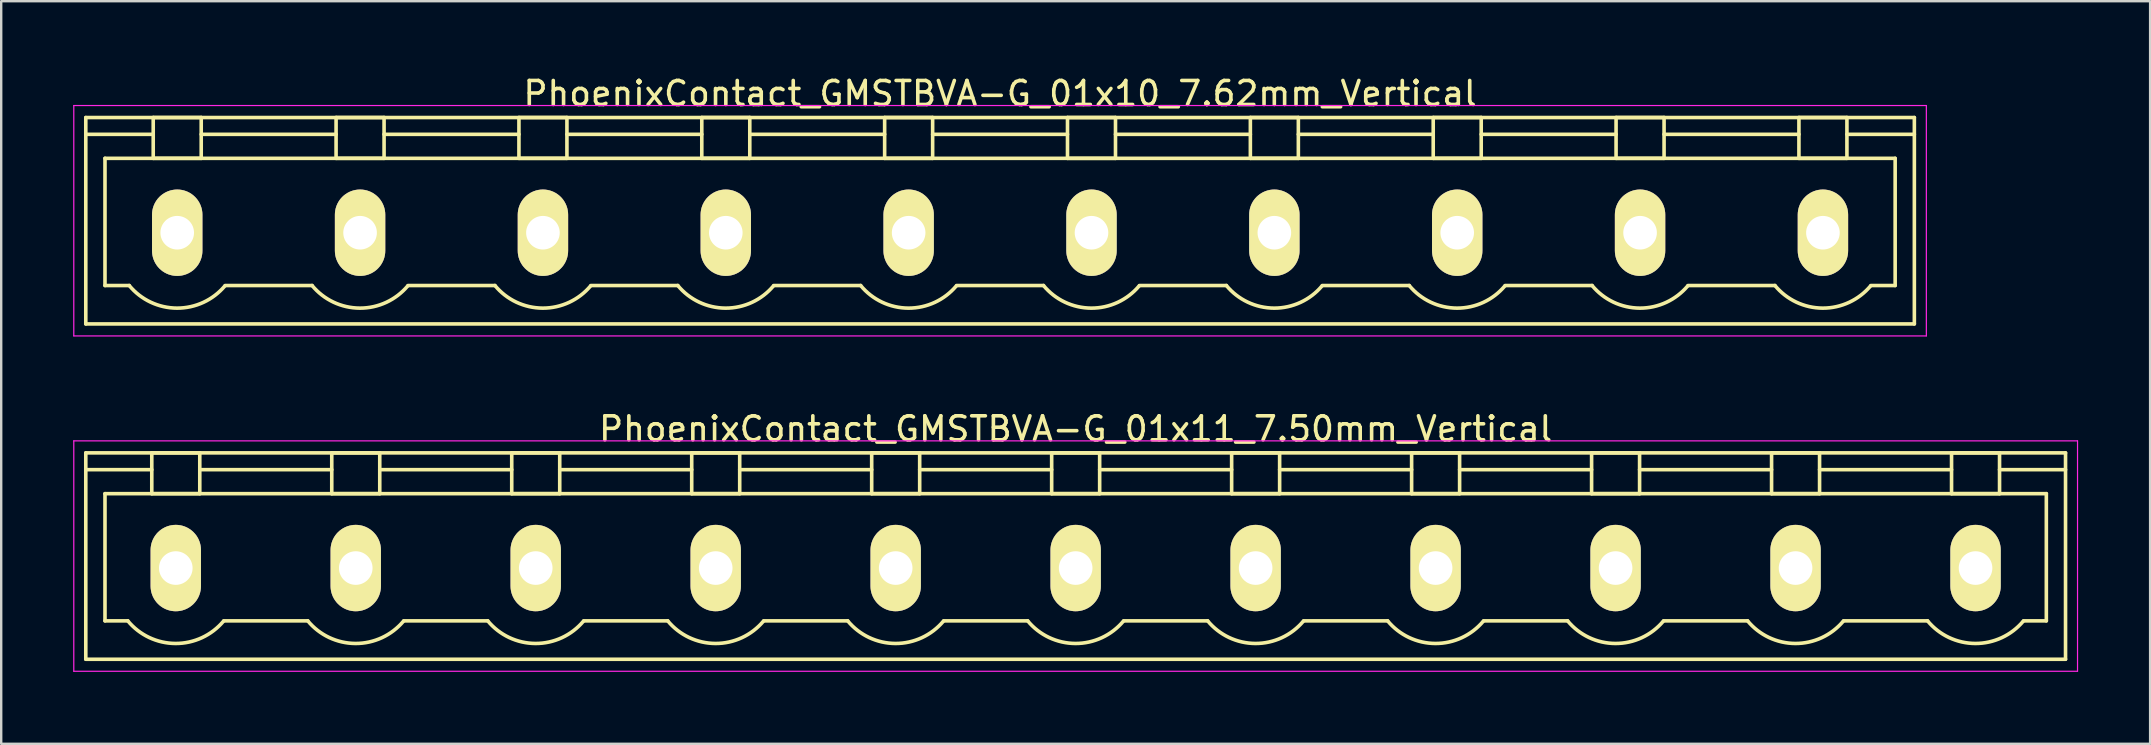
<source format=kicad_pcb>
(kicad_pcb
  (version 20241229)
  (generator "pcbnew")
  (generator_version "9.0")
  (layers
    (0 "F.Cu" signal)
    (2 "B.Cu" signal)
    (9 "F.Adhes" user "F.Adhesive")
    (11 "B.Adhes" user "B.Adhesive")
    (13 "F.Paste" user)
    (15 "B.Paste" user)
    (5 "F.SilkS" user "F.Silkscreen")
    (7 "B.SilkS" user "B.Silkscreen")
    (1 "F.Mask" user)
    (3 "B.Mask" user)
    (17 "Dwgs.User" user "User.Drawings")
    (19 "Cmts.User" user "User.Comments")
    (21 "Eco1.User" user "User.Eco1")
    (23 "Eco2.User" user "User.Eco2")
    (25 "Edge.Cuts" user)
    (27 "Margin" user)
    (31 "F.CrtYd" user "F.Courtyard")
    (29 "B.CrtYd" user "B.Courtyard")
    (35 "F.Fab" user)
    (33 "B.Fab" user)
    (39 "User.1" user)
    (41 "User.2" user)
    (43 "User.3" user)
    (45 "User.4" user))
  (footprint "PhoenixContact_GMSTBVA-G_01x11_7.50mm_Vertical"
    (layer "F.Cu")
    (at 4.275 20.622)
    (property "Reference" "PhoenixContact_GMSTBVA-G_01x11_7.50mm_Vertical" (at 37.5 -5.8 0) (layer "F.SilkS") (effects (font (size 1 1) (thickness 0.15))))
    (attr through_hole)
    (fp_line (start -3.75 -4.8) (end -3.75 3.8) (stroke (width 0.15) (type solid)) (layer "F.SilkS"))
    (fp_line (start -3.75 -4.1) (end -1 -4.1) (stroke (width 0.15) (type solid)) (layer "F.SilkS"))
    (fp_line (start -3.75 3.8) (end 78.75 3.8) (stroke (width 0.15) (type solid)) (layer "F.SilkS"))
    (fp_line (start -2.95 -3.1) (end 77.95 -3.1) (stroke (width 0.15) (type solid)) (layer "F.SilkS"))
    (fp_line (start -2.95 2.2) (end -2.95 -3.1) (stroke (width 0.15) (type solid)) (layer "F.SilkS"))
    (fp_line (start -2 2.2) (end -2.95 2.2) (stroke (width 0.15) (type solid)) (layer "F.SilkS"))
    (fp_line (start -1 -4.8) (end 1 -4.8) (stroke (width 0.15) (type solid)) (layer "F.SilkS"))
    (fp_line (start -1 -3.1) (end -1 -4.8) (stroke (width 0.15) (type solid)) (layer "F.SilkS"))
    (fp_line (start 1 -4.8) (end 1 -3.1) (stroke (width 0.15) (type solid)) (layer "F.SilkS"))
    (fp_line (start 1 -4.1) (end 6.5 -4.1) (stroke (width 0.15) (type solid)) (layer "F.SilkS"))
    (fp_line (start 1 -3.1) (end -1 -3.1) (stroke (width 0.15) (type solid)) (layer "F.SilkS"))
    (fp_line (start 2 2.2) (end 5.5 2.2) (stroke (width 0.15) (type solid)) (layer "F.SilkS"))
    (fp_line (start 6.5 -4.8) (end 8.5 -4.8) (stroke (width 0.15) (type solid)) (layer "F.SilkS"))
    (fp_line (start 6.5 -3.1) (end 6.5 -4.8) (stroke (width 0.15) (type solid)) (layer "F.SilkS"))
    (fp_line (start 8.5 -4.8) (end 8.5 -3.1) (stroke (width 0.15) (type solid)) (layer "F.SilkS"))
    (fp_line (start 8.5 -4.1) (end 14 -4.1) (stroke (width 0.15) (type solid)) (layer "F.SilkS"))
    (fp_line (start 8.5 -3.1) (end 6.5 -3.1) (stroke (width 0.15) (type solid)) (layer "F.SilkS"))
    (fp_line (start 9.5 2.2) (end 13 2.2) (stroke (width 0.15) (type solid)) (layer "F.SilkS"))
    (fp_line (start 14 -4.8) (end 16 -4.8) (stroke (width 0.15) (type solid)) (layer "F.SilkS"))
    (fp_line (start 14 -3.1) (end 14 -4.8) (stroke (width 0.15) (type solid)) (layer "F.SilkS"))
    (fp_line (start 16 -4.8) (end 16 -3.1) (stroke (width 0.15) (type solid)) (layer "F.SilkS"))
    (fp_line (start 16 -4.1) (end 21.5 -4.1) (stroke (width 0.15) (type solid)) (layer "F.SilkS"))
    (fp_line (start 16 -3.1) (end 14 -3.1) (stroke (width 0.15) (type solid)) (layer "F.SilkS"))
    (fp_line (start 17 2.2) (end 20.5 2.2) (stroke (width 0.15) (type solid)) (layer "F.SilkS"))
    (fp_line (start 21.5 -4.8) (end 23.5 -4.8) (stroke (width 0.15) (type solid)) (layer "F.SilkS"))
    (fp_line (start 21.5 -3.1) (end 21.5 -4.8) (stroke (width 0.15) (type solid)) (layer "F.SilkS"))
    (fp_line (start 23.5 -4.8) (end 23.5 -3.1) (stroke (width 0.15) (type solid)) (layer "F.SilkS"))
    (fp_line (start 23.5 -4.1) (end 29 -4.1) (stroke (width 0.15) (type solid)) (layer "F.SilkS"))
    (fp_line (start 23.5 -3.1) (end 21.5 -3.1) (stroke (width 0.15) (type solid)) (layer "F.SilkS"))
    (fp_line (start 24.5 2.2) (end 28 2.2) (stroke (width 0.15) (type solid)) (layer "F.SilkS"))
    (fp_line (start 29 -4.8) (end 31 -4.8) (stroke (width 0.15) (type solid)) (layer "F.SilkS"))
    (fp_line (start 29 -3.1) (end 29 -4.8) (stroke (width 0.15) (type solid)) (layer "F.SilkS"))
    (fp_line (start 31 -4.8) (end 31 -3.1) (stroke (width 0.15) (type solid)) (layer "F.SilkS"))
    (fp_line (start 31 -4.1) (end 36.5 -4.1) (stroke (width 0.15) (type solid)) (layer "F.SilkS"))
    (fp_line (start 31 -3.1) (end 29 -3.1) (stroke (width 0.15) (type solid)) (layer "F.SilkS"))
    (fp_line (start 32 2.2) (end 35.5 2.2) (stroke (width 0.15) (type solid)) (layer "F.SilkS"))
    (fp_line (start 36.5 -4.8) (end 38.5 -4.8) (stroke (width 0.15) (type solid)) (layer "F.SilkS"))
    (fp_line (start 36.5 -3.1) (end 36.5 -4.8) (stroke (width 0.15) (type solid)) (layer "F.SilkS"))
    (fp_line (start 38.5 -4.8) (end 38.5 -3.1) (stroke (width 0.15) (type solid)) (layer "F.SilkS"))
    (fp_line (start 38.5 -4.1) (end 44 -4.1) (stroke (width 0.15) (type solid)) (layer "F.SilkS"))
    (fp_line (start 38.5 -3.1) (end 36.5 -3.1) (stroke (width 0.15) (type solid)) (layer "F.SilkS"))
    (fp_line (start 39.5 2.2) (end 43 2.2) (stroke (width 0.15) (type solid)) (layer "F.SilkS"))
    (fp_line (start 44 -4.8) (end 46 -4.8) (stroke (width 0.15) (type solid)) (layer "F.SilkS"))
    (fp_line (start 44 -3.1) (end 44 -4.8) (stroke (width 0.15) (type solid)) (layer "F.SilkS"))
    (fp_line (start 46 -4.8) (end 46 -3.1) (stroke (width 0.15) (type solid)) (layer "F.SilkS"))
    (fp_line (start 46 -4.1) (end 51.5 -4.1) (stroke (width 0.15) (type solid)) (layer "F.SilkS"))
    (fp_line (start 46 -3.1) (end 44 -3.1) (stroke (width 0.15) (type solid)) (layer "F.SilkS"))
    (fp_line (start 47 2.2) (end 50.5 2.2) (stroke (width 0.15) (type solid)) (layer "F.SilkS"))
    (fp_line (start 51.5 -4.8) (end 53.5 -4.8) (stroke (width 0.15) (type solid)) (layer "F.SilkS"))
    (fp_line (start 51.5 -3.1) (end 51.5 -4.8) (stroke (width 0.15) (type solid)) (layer "F.SilkS"))
    (fp_line (start 53.5 -4.8) (end 53.5 -3.1) (stroke (width 0.15) (type solid)) (layer "F.SilkS"))
    (fp_line (start 53.5 -4.1) (end 59 -4.1) (stroke (width 0.15) (type solid)) (layer "F.SilkS"))
    (fp_line (start 53.5 -3.1) (end 51.5 -3.1) (stroke (width 0.15) (type solid)) (layer "F.SilkS"))
    (fp_line (start 54.5 2.2) (end 58 2.2) (stroke (width 0.15) (type solid)) (layer "F.SilkS"))
    (fp_line (start 59 -4.8) (end 61 -4.8) (stroke (width 0.15) (type solid)) (layer "F.SilkS"))
    (fp_line (start 59 -3.1) (end 59 -4.8) (stroke (width 0.15) (type solid)) (layer "F.SilkS"))
    (fp_line (start 61 -4.8) (end 61 -3.1) (stroke (width 0.15) (type solid)) (layer "F.SilkS"))
    (fp_line (start 61 -4.1) (end 66.5 -4.1) (stroke (width 0.15) (type solid)) (layer "F.SilkS"))
    (fp_line (start 61 -3.1) (end 59 -3.1) (stroke (width 0.15) (type solid)) (layer "F.SilkS"))
    (fp_line (start 62 2.2) (end 65.5 2.2) (stroke (width 0.15) (type solid)) (layer "F.SilkS"))
    (fp_line (start 66.5 -4.8) (end 68.5 -4.8) (stroke (width 0.15) (type solid)) (layer "F.SilkS"))
    (fp_line (start 66.5 -3.1) (end 66.5 -4.8) (stroke (width 0.15) (type solid)) (layer "F.SilkS"))
    (fp_line (start 68.5 -4.8) (end 68.5 -3.1) (stroke (width 0.15) (type solid)) (layer "F.SilkS"))
    (fp_line (start 68.5 -4.1) (end 74 -4.1) (stroke (width 0.15) (type solid)) (layer "F.SilkS"))
    (fp_line (start 68.5 -3.1) (end 66.5 -3.1) (stroke (width 0.15) (type solid)) (layer "F.SilkS"))
    (fp_line (start 69.5 2.2) (end 73 2.2) (stroke (width 0.15) (type solid)) (layer "F.SilkS"))
    (fp_line (start 74 -4.8) (end 76 -4.8) (stroke (width 0.15) (type solid)) (layer "F.SilkS"))
    (fp_line (start 74 -3.1) (end 74 -4.8) (stroke (width 0.15) (type solid)) (layer "F.SilkS"))
    (fp_line (start 76 -4.8) (end 76 -3.1) (stroke (width 0.15) (type solid)) (layer "F.SilkS"))
    (fp_line (start 76 -3.1) (end 74 -3.1) (stroke (width 0.15) (type solid)) (layer "F.SilkS"))
    (fp_line (start 77.95 -3.1) (end 77.95 2.2) (stroke (width 0.15) (type solid)) (layer "F.SilkS"))
    (fp_line (start 77.95 2.2) (end 77 2.2) (stroke (width 0.15) (type solid)) (layer "F.SilkS"))
    (fp_line (start 78.75 -4.8) (end -3.75 -4.8) (stroke (width 0.15) (type solid)) (layer "F.SilkS"))
    (fp_line (start 78.75 -4.1) (end 76 -4.1) (stroke (width 0.15) (type solid)) (layer "F.SilkS"))
    (fp_line (start 78.75 3.8) (end 78.75 -4.8) (stroke (width 0.15) (type solid)) (layer "F.SilkS"))
    (fp_arc (start 1.986842 2.215821) (mid -0.010289 3.142758) (end -2 2.2) (stroke (width 0.15) (type solid)) (layer "F.SilkS"))
    (fp_arc (start 9.486842 2.215821) (mid 7.489711 3.142758) (end 5.5 2.2) (stroke (width 0.15) (type solid)) (layer "F.SilkS"))
    (fp_arc (start 16.986842 2.215821) (mid 14.989711 3.142758) (end 13 2.2) (stroke (width 0.15) (type solid)) (layer "F.SilkS"))
    (fp_arc (start 24.486842 2.215821) (mid 22.489711 3.142758) (end 20.5 2.2) (stroke (width 0.15) (type solid)) (layer "F.SilkS"))
    (fp_arc (start 31.986842 2.215821) (mid 29.989711 3.142758) (end 28 2.2) (stroke (width 0.15) (type solid)) (layer "F.SilkS"))
    (fp_arc (start 39.486842 2.215821) (mid 37.489711 3.142758) (end 35.5 2.2) (stroke (width 0.15) (type solid)) (layer "F.SilkS"))
    (fp_arc (start 46.986842 2.215821) (mid 44.989711 3.142758) (end 43 2.2) (stroke (width 0.15) (type solid)) (layer "F.SilkS"))
    (fp_arc (start 54.486842 2.215821) (mid 52.489711 3.142758) (end 50.5 2.2) (stroke (width 0.15) (type solid)) (layer "F.SilkS"))
    (fp_arc (start 61.986842 2.215821) (mid 59.989711 3.142758) (end 58 2.2) (stroke (width 0.15) (type solid)) (layer "F.SilkS"))
    (fp_arc (start 69.486842 2.215821) (mid 67.489711 3.142758) (end 65.5 2.2) (stroke (width 0.15) (type solid)) (layer "F.SilkS"))
    (fp_arc (start 76.986842 2.215821) (mid 74.989711 3.142758) (end 73 2.2) (stroke (width 0.15) (type solid)) (layer "F.SilkS"))
    (fp_line (start -4.25 -5.3) (end -4.25 4.3) (stroke (width 0.05) (type solid)) (layer "F.CrtYd"))
    (fp_line (start -4.25 4.3) (end 79.25 4.3) (stroke (width 0.05) (type solid)) (layer "F.CrtYd"))
    (fp_line (start 79.25 -5.3) (end -4.25 -5.3) (stroke (width 0.05) (type solid)) (layer "F.CrtYd"))
    (fp_line (start 79.25 4.3) (end 79.25 -5.3) (stroke (width 0.05) (type solid)) (layer "F.CrtYd"))
    (pad "1" thru_hole oval (at 0 0) (size 2.1 3.6) (drill 1.4) (layers "*.Cu" "*.Mask" "F.SilkS"))
    (pad "2" thru_hole oval (at 7.5 0) (size 2.1 3.6) (drill 1.4) (layers "*.Cu" "*.Mask" "F.SilkS"))
    (pad "3" thru_hole oval (at 15 0) (size 2.1 3.6) (drill 1.4) (layers "*.Cu" "*.Mask" "F.SilkS"))
    (pad "4" thru_hole oval (at 22.5 0) (size 2.1 3.6) (drill 1.4) (layers "*.Cu" "*.Mask" "F.SilkS"))
    (pad "5" thru_hole oval (at 30 0) (size 2.1 3.6) (drill 1.4) (layers "*.Cu" "*.Mask" "F.SilkS"))
    (pad "6" thru_hole oval (at 37.5 0) (size 2.1 3.6) (drill 1.4) (layers "*.Cu" "*.Mask" "F.SilkS"))
    (pad "7" thru_hole oval (at 45 0) (size 2.1 3.6) (drill 1.4) (layers "*.Cu" "*.Mask" "F.SilkS"))
    (pad "8" thru_hole oval (at 52.5 0) (size 2.1 3.6) (drill 1.4) (layers "*.Cu" "*.Mask" "F.SilkS"))
    (pad "9" thru_hole oval (at 60 0) (size 2.1 3.6) (drill 1.4) (layers "*.Cu" "*.Mask" "F.SilkS"))
    (pad "10" thru_hole oval (at 67.5 0) (size 2.1 3.6) (drill 1.4) (layers "*.Cu" "*.Mask" "F.SilkS"))
    (pad "11" thru_hole oval (at 75 0) (size 2.1 3.6) (drill 1.4) (layers "*.Cu" "*.Mask" "F.SilkS")))
  (footprint "PhoenixContact_GMSTBVA-G_01x10_7.62mm_Vertical"
    (layer "F.Cu")
    (at 4.335 6.648)
    (property "Reference" "PhoenixContact_GMSTBVA-G_01x10_7.62mm_Vertical" (at 34.29 -5.8 0) (layer "F.SilkS") (effects (font (size 1 1) (thickness 0.15))))
    (attr through_hole)
    (fp_line (start -3.81 -4.8) (end -3.81 3.8) (stroke (width 0.15) (type solid)) (layer "F.SilkS"))
    (fp_line (start -3.81 -4.1) (end -1 -4.1) (stroke (width 0.15) (type solid)) (layer "F.SilkS"))
    (fp_line (start -3.81 3.8) (end 72.39 3.8) (stroke (width 0.15) (type solid)) (layer "F.SilkS"))
    (fp_line (start -3.01 -3.1) (end 71.59 -3.1) (stroke (width 0.15) (type solid)) (layer "F.SilkS"))
    (fp_line (start -3.01 2.2) (end -3.01 -3.1) (stroke (width 0.15) (type solid)) (layer "F.SilkS"))
    (fp_line (start -2 2.2) (end -3.01 2.2) (stroke (width 0.15) (type solid)) (layer "F.SilkS"))
    (fp_line (start -1 -4.8) (end 1 -4.8) (stroke (width 0.15) (type solid)) (layer "F.SilkS"))
    (fp_line (start -1 -3.1) (end -1 -4.8) (stroke (width 0.15) (type solid)) (layer "F.SilkS"))
    (fp_line (start 1 -4.8) (end 1 -3.1) (stroke (width 0.15) (type solid)) (layer "F.SilkS"))
    (fp_line (start 1 -4.1) (end 6.62 -4.1) (stroke (width 0.15) (type solid)) (layer "F.SilkS"))
    (fp_line (start 1 -3.1) (end -1 -3.1) (stroke (width 0.15) (type solid)) (layer "F.SilkS"))
    (fp_line (start 2 2.2) (end 5.62 2.2) (stroke (width 0.15) (type solid)) (layer "F.SilkS"))
    (fp_line (start 6.62 -4.8) (end 8.62 -4.8) (stroke (width 0.15) (type solid)) (layer "F.SilkS"))
    (fp_line (start 6.62 -3.1) (end 6.62 -4.8) (stroke (width 0.15) (type solid)) (layer "F.SilkS"))
    (fp_line (start 8.62 -4.8) (end 8.62 -3.1) (stroke (width 0.15) (type solid)) (layer "F.SilkS"))
    (fp_line (start 8.62 -4.1) (end 14.24 -4.1) (stroke (width 0.15) (type solid)) (layer "F.SilkS"))
    (fp_line (start 8.62 -3.1) (end 6.62 -3.1) (stroke (width 0.15) (type solid)) (layer "F.SilkS"))
    (fp_line (start 9.62 2.2) (end 13.24 2.2) (stroke (width 0.15) (type solid)) (layer "F.SilkS"))
    (fp_line (start 14.24 -4.8) (end 16.24 -4.8) (stroke (width 0.15) (type solid)) (layer "F.SilkS"))
    (fp_line (start 14.24 -3.1) (end 14.24 -4.8) (stroke (width 0.15) (type solid)) (layer "F.SilkS"))
    (fp_line (start 16.24 -4.8) (end 16.24 -3.1) (stroke (width 0.15) (type solid)) (layer "F.SilkS"))
    (fp_line (start 16.24 -4.1) (end 21.86 -4.1) (stroke (width 0.15) (type solid)) (layer "F.SilkS"))
    (fp_line (start 16.24 -3.1) (end 14.24 -3.1) (stroke (width 0.15) (type solid)) (layer "F.SilkS"))
    (fp_line (start 17.24 2.2) (end 20.86 2.2) (stroke (width 0.15) (type solid)) (layer "F.SilkS"))
    (fp_line (start 21.86 -4.8) (end 23.86 -4.8) (stroke (width 0.15) (type solid)) (layer "F.SilkS"))
    (fp_line (start 21.86 -3.1) (end 21.86 -4.8) (stroke (width 0.15) (type solid)) (layer "F.SilkS"))
    (fp_line (start 23.86 -4.8) (end 23.86 -3.1) (stroke (width 0.15) (type solid)) (layer "F.SilkS"))
    (fp_line (start 23.86 -4.1) (end 29.48 -4.1) (stroke (width 0.15) (type solid)) (layer "F.SilkS"))
    (fp_line (start 23.86 -3.1) (end 21.86 -3.1) (stroke (width 0.15) (type solid)) (layer "F.SilkS"))
    (fp_line (start 24.86 2.2) (end 28.48 2.2) (stroke (width 0.15) (type solid)) (layer "F.SilkS"))
    (fp_line (start 29.48 -4.8) (end 31.48 -4.8) (stroke (width 0.15) (type solid)) (layer "F.SilkS"))
    (fp_line (start 29.48 -3.1) (end 29.48 -4.8) (stroke (width 0.15) (type solid)) (layer "F.SilkS"))
    (fp_line (start 31.48 -4.8) (end 31.48 -3.1) (stroke (width 0.15) (type solid)) (layer "F.SilkS"))
    (fp_line (start 31.48 -4.1) (end 37.1 -4.1) (stroke (width 0.15) (type solid)) (layer "F.SilkS"))
    (fp_line (start 31.48 -3.1) (end 29.48 -3.1) (stroke (width 0.15) (type solid)) (layer "F.SilkS"))
    (fp_line (start 32.48 2.2) (end 36.1 2.2) (stroke (width 0.15) (type solid)) (layer "F.SilkS"))
    (fp_line (start 37.1 -4.8) (end 39.1 -4.8) (stroke (width 0.15) (type solid)) (layer "F.SilkS"))
    (fp_line (start 37.1 -3.1) (end 37.1 -4.8) (stroke (width 0.15) (type solid)) (layer "F.SilkS"))
    (fp_line (start 39.1 -4.8) (end 39.1 -3.1) (stroke (width 0.15) (type solid)) (layer "F.SilkS"))
    (fp_line (start 39.1 -4.1) (end 44.72 -4.1) (stroke (width 0.15) (type solid)) (layer "F.SilkS"))
    (fp_line (start 39.1 -3.1) (end 37.1 -3.1) (stroke (width 0.15) (type solid)) (layer "F.SilkS"))
    (fp_line (start 40.1 2.2) (end 43.72 2.2) (stroke (width 0.15) (type solid)) (layer "F.SilkS"))
    (fp_line (start 44.72 -4.8) (end 46.72 -4.8) (stroke (width 0.15) (type solid)) (layer "F.SilkS"))
    (fp_line (start 44.72 -3.1) (end 44.72 -4.8) (stroke (width 0.15) (type solid)) (layer "F.SilkS"))
    (fp_line (start 46.72 -4.8) (end 46.72 -3.1) (stroke (width 0.15) (type solid)) (layer "F.SilkS"))
    (fp_line (start 46.72 -4.1) (end 52.34 -4.1) (stroke (width 0.15) (type solid)) (layer "F.SilkS"))
    (fp_line (start 46.72 -3.1) (end 44.72 -3.1) (stroke (width 0.15) (type solid)) (layer "F.SilkS"))
    (fp_line (start 47.72 2.2) (end 51.34 2.2) (stroke (width 0.15) (type solid)) (layer "F.SilkS"))
    (fp_line (start 52.34 -4.8) (end 54.34 -4.8) (stroke (width 0.15) (type solid)) (layer "F.SilkS"))
    (fp_line (start 52.34 -3.1) (end 52.34 -4.8) (stroke (width 0.15) (type solid)) (layer "F.SilkS"))
    (fp_line (start 54.34 -4.8) (end 54.34 -3.1) (stroke (width 0.15) (type solid)) (layer "F.SilkS"))
    (fp_line (start 54.34 -4.1) (end 59.96 -4.1) (stroke (width 0.15) (type solid)) (layer "F.SilkS"))
    (fp_line (start 54.34 -3.1) (end 52.34 -3.1) (stroke (width 0.15) (type solid)) (layer "F.SilkS"))
    (fp_line (start 55.34 2.2) (end 58.96 2.2) (stroke (width 0.15) (type solid)) (layer "F.SilkS"))
    (fp_line (start 59.96 -4.8) (end 61.96 -4.8) (stroke (width 0.15) (type solid)) (layer "F.SilkS"))
    (fp_line (start 59.96 -3.1) (end 59.96 -4.8) (stroke (width 0.15) (type solid)) (layer "F.SilkS"))
    (fp_line (start 61.96 -4.8) (end 61.96 -3.1) (stroke (width 0.15) (type solid)) (layer "F.SilkS"))
    (fp_line (start 61.96 -4.1) (end 67.58 -4.1) (stroke (width 0.15) (type solid)) (layer "F.SilkS"))
    (fp_line (start 61.96 -3.1) (end 59.96 -3.1) (stroke (width 0.15) (type solid)) (layer "F.SilkS"))
    (fp_line (start 62.96 2.2) (end 66.58 2.2) (stroke (width 0.15) (type solid)) (layer "F.SilkS"))
    (fp_line (start 67.58 -4.8) (end 69.58 -4.8) (stroke (width 0.15) (type solid)) (layer "F.SilkS"))
    (fp_line (start 67.58 -3.1) (end 67.58 -4.8) (stroke (width 0.15) (type solid)) (layer "F.SilkS"))
    (fp_line (start 69.58 -4.8) (end 69.58 -3.1) (stroke (width 0.15) (type solid)) (layer "F.SilkS"))
    (fp_line (start 69.58 -3.1) (end 67.58 -3.1) (stroke (width 0.15) (type solid)) (layer "F.SilkS"))
    (fp_line (start 71.59 -3.1) (end 71.59 2.2) (stroke (width 0.15) (type solid)) (layer "F.SilkS"))
    (fp_line (start 71.59 2.2) (end 70.58 2.2) (stroke (width 0.15) (type solid)) (layer "F.SilkS"))
    (fp_line (start 72.39 -4.8) (end -3.81 -4.8) (stroke (width 0.15) (type solid)) (layer "F.SilkS"))
    (fp_line (start 72.39 -4.1) (end 69.58 -4.1) (stroke (width 0.15) (type solid)) (layer "F.SilkS"))
    (fp_line (start 72.39 3.8) (end 72.39 -4.8) (stroke (width 0.15) (type solid)) (layer "F.SilkS"))
    (fp_arc (start 1.986842 2.215821) (mid -0.010289 3.142758) (end -2 2.2) (stroke (width 0.15) (type solid)) (layer "F.SilkS"))
    (fp_arc (start 9.606842 2.215821) (mid 7.609711 3.142758) (end 5.62 2.2) (stroke (width 0.15) (type solid)) (layer "F.SilkS"))
    (fp_arc (start 17.226842 2.215821) (mid 15.229711 3.142758) (end 13.24 2.2) (stroke (width 0.15) (type solid)) (layer "F.SilkS"))
    (fp_arc (start 24.846842 2.215821) (mid 22.849711 3.142758) (end 20.86 2.2) (stroke (width 0.15) (type solid)) (layer "F.SilkS"))
    (fp_arc (start 32.466842 2.215821) (mid 30.469711 3.142758) (end 28.48 2.2) (stroke (width 0.15) (type solid)) (layer "F.SilkS"))
    (fp_arc (start 40.086842 2.215821) (mid 38.089711 3.142758) (end 36.1 2.2) (stroke (width 0.15) (type solid)) (layer "F.SilkS"))
    (fp_arc (start 47.706842 2.215821) (mid 45.709711 3.142758) (end 43.72 2.2) (stroke (width 0.15) (type solid)) (layer "F.SilkS"))
    (fp_arc (start 55.326842 2.215821) (mid 53.329711 3.142758) (end 51.34 2.2) (stroke (width 0.15) (type solid)) (layer "F.SilkS"))
    (fp_arc (start 62.946842 2.215821) (mid 60.949711 3.142758) (end 58.96 2.2) (stroke (width 0.15) (type solid)) (layer "F.SilkS"))
    (fp_arc (start 70.566842 2.215821) (mid 68.569711 3.142758) (end 66.58 2.2) (stroke (width 0.15) (type solid)) (layer "F.SilkS"))
    (fp_line (start -4.31 -5.3) (end -4.31 4.3) (stroke (width 0.05) (type solid)) (layer "F.CrtYd"))
    (fp_line (start -4.31 4.3) (end 72.89 4.3) (stroke (width 0.05) (type solid)) (layer "F.CrtYd"))
    (fp_line (start 72.89 -5.3) (end -4.31 -5.3) (stroke (width 0.05) (type solid)) (layer "F.CrtYd"))
    (fp_line (start 72.89 4.3) (end 72.89 -5.3) (stroke (width 0.05) (type solid)) (layer "F.CrtYd"))
    (pad "1" thru_hole oval (at 0 0) (size 2.1 3.6) (drill 1.4) (layers "*.Cu" "*.Mask" "F.SilkS"))
    (pad "2" thru_hole oval (at 7.62 0) (size 2.1 3.6) (drill 1.4) (layers "*.Cu" "*.Mask" "F.SilkS"))
    (pad "3" thru_hole oval (at 15.24 0) (size 2.1 3.6) (drill 1.4) (layers "*.Cu" "*.Mask" "F.SilkS"))
    (pad "4" thru_hole oval (at 22.86 0) (size 2.1 3.6) (drill 1.4) (layers "*.Cu" "*.Mask" "F.SilkS"))
    (pad "5" thru_hole oval (at 30.48 0) (size 2.1 3.6) (drill 1.4) (layers "*.Cu" "*.Mask" "F.SilkS"))
    (pad "6" thru_hole oval (at 38.1 0) (size 2.1 3.6) (drill 1.4) (layers "*.Cu" "*.Mask" "F.SilkS"))
    (pad "7" thru_hole oval (at 45.72 0) (size 2.1 3.6) (drill 1.4) (layers "*.Cu" "*.Mask" "F.SilkS"))
    (pad "8" thru_hole oval (at 53.34 0) (size 2.1 3.6) (drill 1.4) (layers "*.Cu" "*.Mask" "F.SilkS"))
    (pad "9" thru_hole oval (at 60.96 0) (size 2.1 3.6) (drill 1.4) (layers "*.Cu" "*.Mask" "F.SilkS"))
    (pad "10" thru_hole oval (at 68.58 0) (size 2.1 3.6) (drill 1.4) (layers "*.Cu" "*.Mask" "F.SilkS")))
  (gr_rect
    (start -3 -3)
    (end 86.55 27.947)
    (stroke (width 0.1) (type default))
    (fill no)
    (layer "Edge.Cuts")))
</source>
